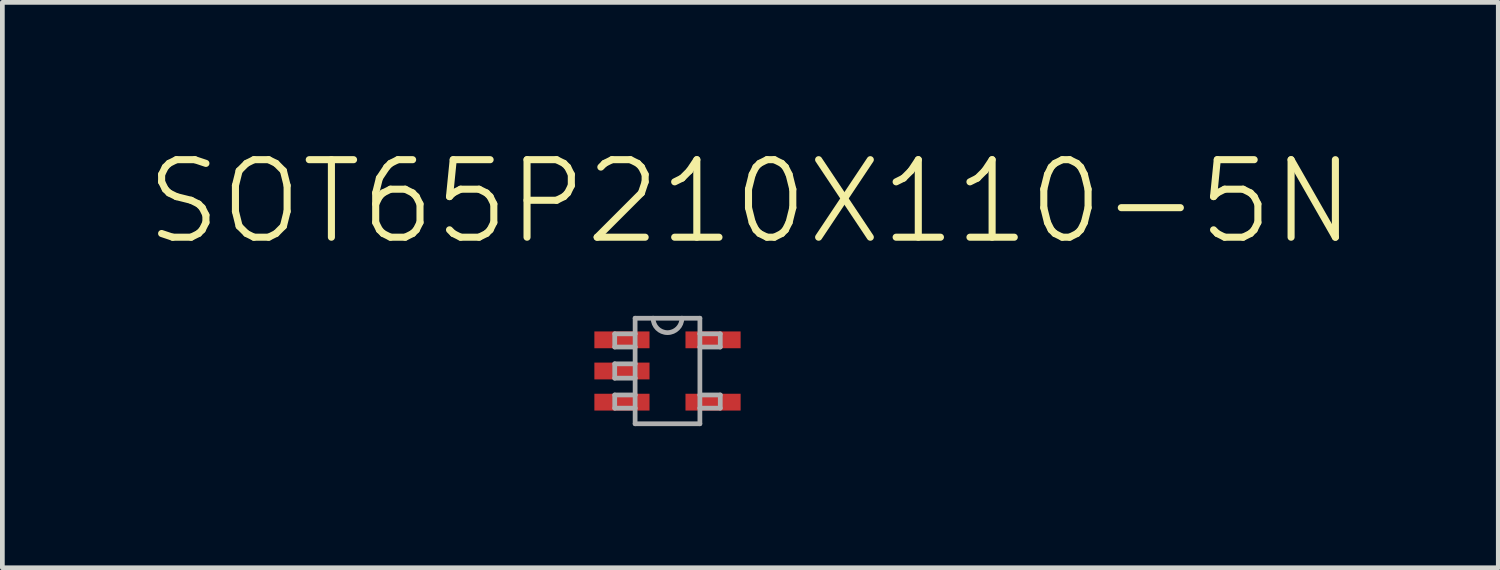
<source format=kicad_pcb>
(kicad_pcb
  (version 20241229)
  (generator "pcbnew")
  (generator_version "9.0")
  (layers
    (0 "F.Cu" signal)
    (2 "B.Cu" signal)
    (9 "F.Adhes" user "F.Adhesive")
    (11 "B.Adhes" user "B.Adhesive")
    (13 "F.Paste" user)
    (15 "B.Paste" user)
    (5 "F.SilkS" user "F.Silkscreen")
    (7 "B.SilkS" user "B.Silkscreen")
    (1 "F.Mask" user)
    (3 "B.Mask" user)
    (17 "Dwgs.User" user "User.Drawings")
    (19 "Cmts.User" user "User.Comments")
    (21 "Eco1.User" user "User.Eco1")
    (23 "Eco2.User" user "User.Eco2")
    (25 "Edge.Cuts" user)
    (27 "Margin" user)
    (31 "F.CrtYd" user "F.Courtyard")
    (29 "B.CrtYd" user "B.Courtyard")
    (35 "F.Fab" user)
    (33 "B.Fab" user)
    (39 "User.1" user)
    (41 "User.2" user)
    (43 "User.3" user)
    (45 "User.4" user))
  (footprint "SOT65P210X110-5N"
    (layer "F.Cu")
    (at 11.09 4.809)
    (property "Reference" "SOT65P210X110-5N" (at 1.755 -3.586 0) (layer "F.SilkS") (effects (font (size 1.642 1.642) (thickness 0.15))))
    (attr through_hole)
    (fp_line (start -1.118 -0.787) (end -1.118 -0.508) (stroke (width 0.1) (type solid)) (layer "F.Fab"))
    (fp_line (start -1.118 -0.508) (end -0.686 -0.508) (stroke (width 0.1) (type solid)) (layer "F.Fab"))
    (fp_line (start -1.118 -0.152) (end -1.118 0.152) (stroke (width 0.1) (type solid)) (layer "F.Fab"))
    (fp_line (start -1.118 0.152) (end -0.686 0.152) (stroke (width 0.1) (type solid)) (layer "F.Fab"))
    (fp_line (start -1.118 0.508) (end -1.118 0.787) (stroke (width 0.1) (type solid)) (layer "F.Fab"))
    (fp_line (start -1.118 0.787) (end -0.686 0.787) (stroke (width 0.1) (type solid)) (layer "F.Fab"))
    (fp_line (start -0.686 -1.118) (end -0.686 -0.787) (stroke (width 0.1) (type solid)) (layer "F.Fab"))
    (fp_line (start -0.686 -0.787) (end -1.118 -0.787) (stroke (width 0.1) (type solid)) (layer "F.Fab"))
    (fp_line (start -0.686 -0.787) (end -0.686 -0.508) (stroke (width 0.1) (type solid)) (layer "F.Fab"))
    (fp_line (start -0.686 -0.508) (end -0.686 -0.152) (stroke (width 0.1) (type solid)) (layer "F.Fab"))
    (fp_line (start -0.686 -0.152) (end -1.118 -0.152) (stroke (width 0.1) (type solid)) (layer "F.Fab"))
    (fp_line (start -0.686 -0.152) (end -0.686 0.152) (stroke (width 0.1) (type solid)) (layer "F.Fab"))
    (fp_line (start -0.686 0.152) (end -0.686 0.508) (stroke (width 0.1) (type solid)) (layer "F.Fab"))
    (fp_line (start -0.686 0.508) (end -1.118 0.508) (stroke (width 0.1) (type solid)) (layer "F.Fab"))
    (fp_line (start -0.686 0.508) (end -0.686 0.787) (stroke (width 0.1) (type solid)) (layer "F.Fab"))
    (fp_line (start -0.686 0.787) (end -0.686 1.118) (stroke (width 0.1) (type solid)) (layer "F.Fab"))
    (fp_line (start -0.686 1.118) (end 0.686 1.118) (stroke (width 0.1) (type solid)) (layer "F.Fab"))
    (fp_line (start -0.305 -1.118) (end -0.686 -1.118) (stroke (width 0.1) (type solid)) (layer "F.Fab"))
    (fp_line (start 0.305 -1.118) (end -0.305 -1.118) (stroke (width 0.1) (type solid)) (layer "F.Fab"))
    (fp_line (start 0.686 -1.118) (end 0.305 -1.118) (stroke (width 0.1) (type solid)) (layer "F.Fab"))
    (fp_line (start 0.686 -0.787) (end 0.686 -1.118) (stroke (width 0.1) (type solid)) (layer "F.Fab"))
    (fp_line (start 0.686 -0.508) (end 0.686 -0.787) (stroke (width 0.1) (type solid)) (layer "F.Fab"))
    (fp_line (start 0.686 -0.508) (end 1.118 -0.508) (stroke (width 0.1) (type solid)) (layer "F.Fab"))
    (fp_line (start 0.686 0.508) (end 0.686 -0.508) (stroke (width 0.1) (type solid)) (layer "F.Fab"))
    (fp_line (start 0.686 0.787) (end 0.686 0.508) (stroke (width 0.1) (type solid)) (layer "F.Fab"))
    (fp_line (start 0.686 0.787) (end 1.118 0.787) (stroke (width 0.1) (type solid)) (layer "F.Fab"))
    (fp_line (start 0.686 1.118) (end 0.686 0.787) (stroke (width 0.1) (type solid)) (layer "F.Fab"))
    (fp_line (start 1.118 -0.787) (end 0.686 -0.787) (stroke (width 0.1) (type solid)) (layer "F.Fab"))
    (fp_line (start 1.118 -0.508) (end 1.118 -0.787) (stroke (width 0.1) (type solid)) (layer "F.Fab"))
    (fp_line (start 1.118 0.508) (end 0.686 0.508) (stroke (width 0.1) (type solid)) (layer "F.Fab"))
    (fp_line (start 1.118 0.787) (end 1.118 0.508) (stroke (width 0.1) (type solid)) (layer "F.Fab"))
    (fp_arc (start 0.3048 -1.1176) (mid 0 -0.8128) (end -0.3048 -1.1176) (stroke (width 0.1) (type solid)) (layer "F.Fab"))
    (pad "1" smd rect (at -0.965 -0.66) (size 1.168 0.356) (layers "F.Cu" "F.Mask" "F.Paste"))
    (pad "2" smd rect (at -0.965 0) (size 1.168 0.356) (layers "F.Cu" "F.Mask" "F.Paste"))
    (pad "3" smd rect (at -0.965 0.66) (size 1.168 0.356) (layers "F.Cu" "F.Mask" "F.Paste"))
    (pad "4" smd rect (at 0.965 0.66) (size 1.168 0.356) (layers "F.Cu" "F.Mask" "F.Paste"))
    (pad "5" smd rect (at 0.965 -0.66) (size 1.168 0.356) (layers "F.Cu" "F.Mask" "F.Paste")))
  (gr_rect
    (start -3 -3)
    (end 28.689 8.977)
    (stroke (width 0.1) (type default))
    (fill no)
    (layer "Edge.Cuts")))
</source>
